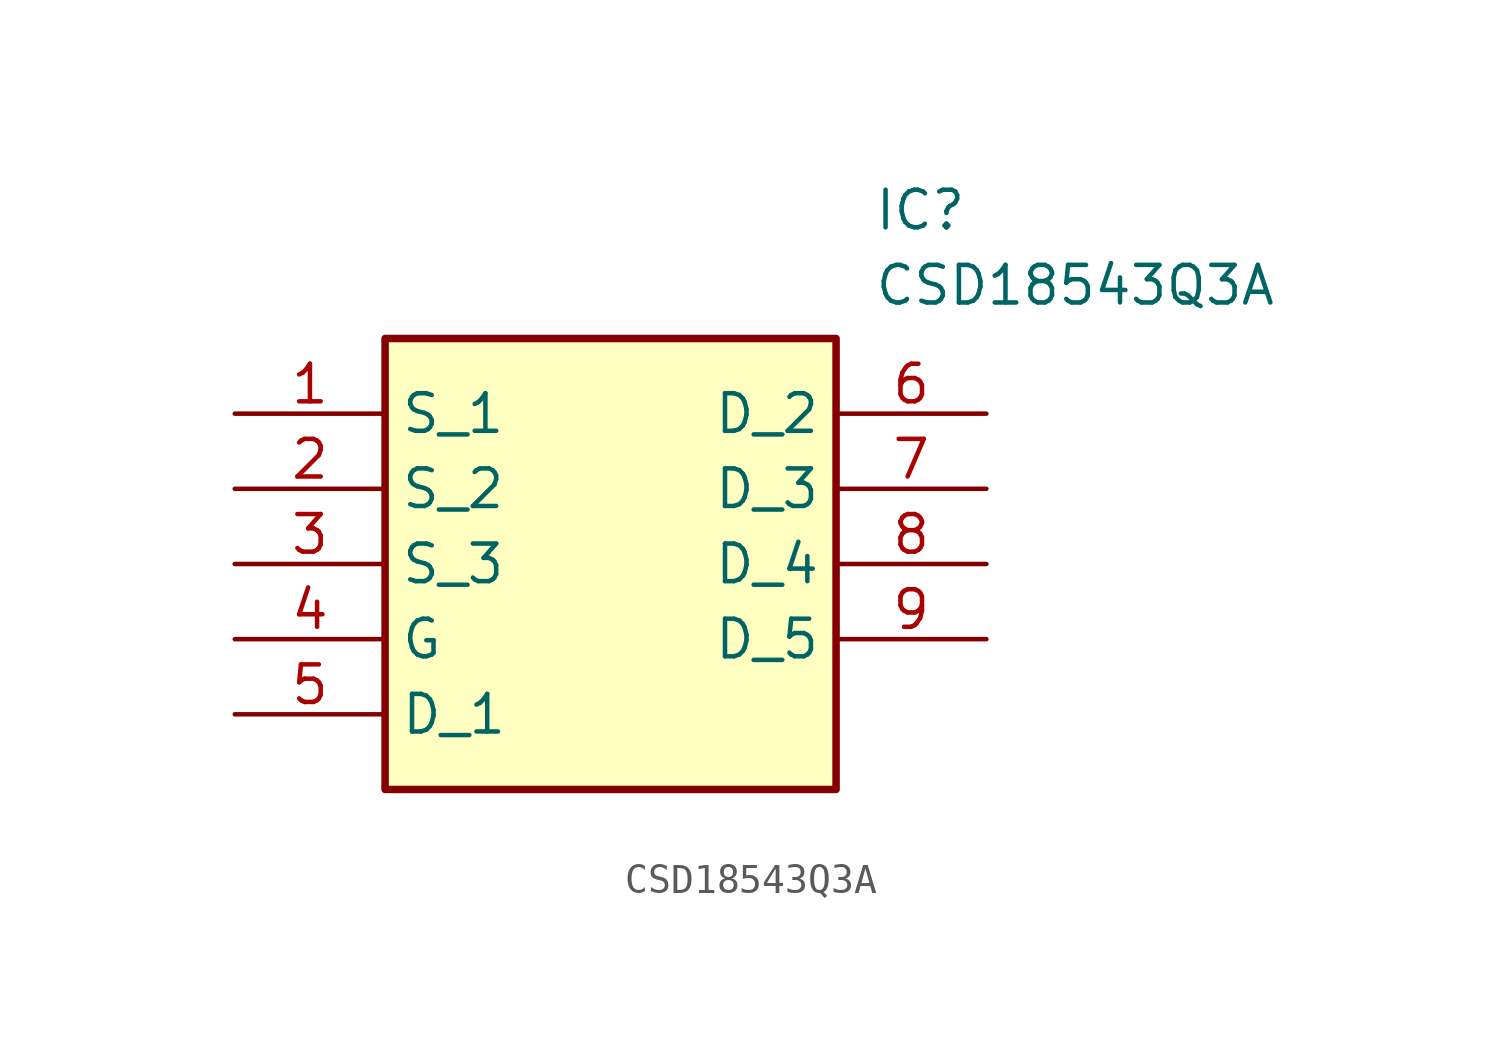
<source format=kicad_sym>
(kicad_symbol_lib
  (version 20211014)
  (generator SamacSys_ECAD_Model)
  (symbol "CSD18543Q3A"
    (property "Reference" "IC"
      (at 21.59 7.62 0)
      (effects (font (size 1.27 1.27)) (justify left top)))
    (property "Value" "CSD18543Q3A"
      (at 21.59 5.08 0)
      (effects (font (size 1.27 1.27)) (justify left top)))
    (rectangle
      (start 5.08 2.54)
      (end 20.32 -12.7)
      (stroke (width 0.254) (type default))
      (fill (type background)))
    (pin passive line
      (at 0 0 0)
      (length 5.08)
      (name "S_1" (effects (font (size 1.27 1.27))))
      (number "1" (effects (font (size 1.27 1.27)))))
    (pin passive line
      (at 0 -2.54 0)
      (length 5.08)
      (name "S_2" (effects (font (size 1.27 1.27))))
      (number "2" (effects (font (size 1.27 1.27)))))
    (pin passive line
      (at 0 -5.08 0)
      (length 5.08)
      (name "S_3" (effects (font (size 1.27 1.27))))
      (number "3" (effects (font (size 1.27 1.27)))))
    (pin passive line
      (at 0 -7.62 0)
      (length 5.08)
      (name "G" (effects (font (size 1.27 1.27))))
      (number "4" (effects (font (size 1.27 1.27)))))
    (pin passive line
      (at 0 -10.16 0)
      (length 5.08)
      (name "D_1" (effects (font (size 1.27 1.27))))
      (number "5" (effects (font (size 1.27 1.27)))))
    (pin passive line
      (at 25.4 0 180)
      (length 5.08)
      (name "D_2" (effects (font (size 1.27 1.27))))
      (number "6" (effects (font (size 1.27 1.27)))))
    (pin passive line
      (at 25.4 -2.54 180)
      (length 5.08)
      (name "D_3" (effects (font (size 1.27 1.27))))
      (number "7" (effects (font (size 1.27 1.27)))))
    (pin passive line
      (at 25.4 -5.08 180)
      (length 5.08)
      (name "D_4" (effects (font (size 1.27 1.27))))
      (number "8" (effects (font (size 1.27 1.27)))))
    (pin passive line
      (at 25.4 -7.62 180)
      (length 5.08)
      (name "D_5" (effects (font (size 1.27 1.27))))
      (number "9" (effects (font (size 1.27 1.27)))))))
</source>
